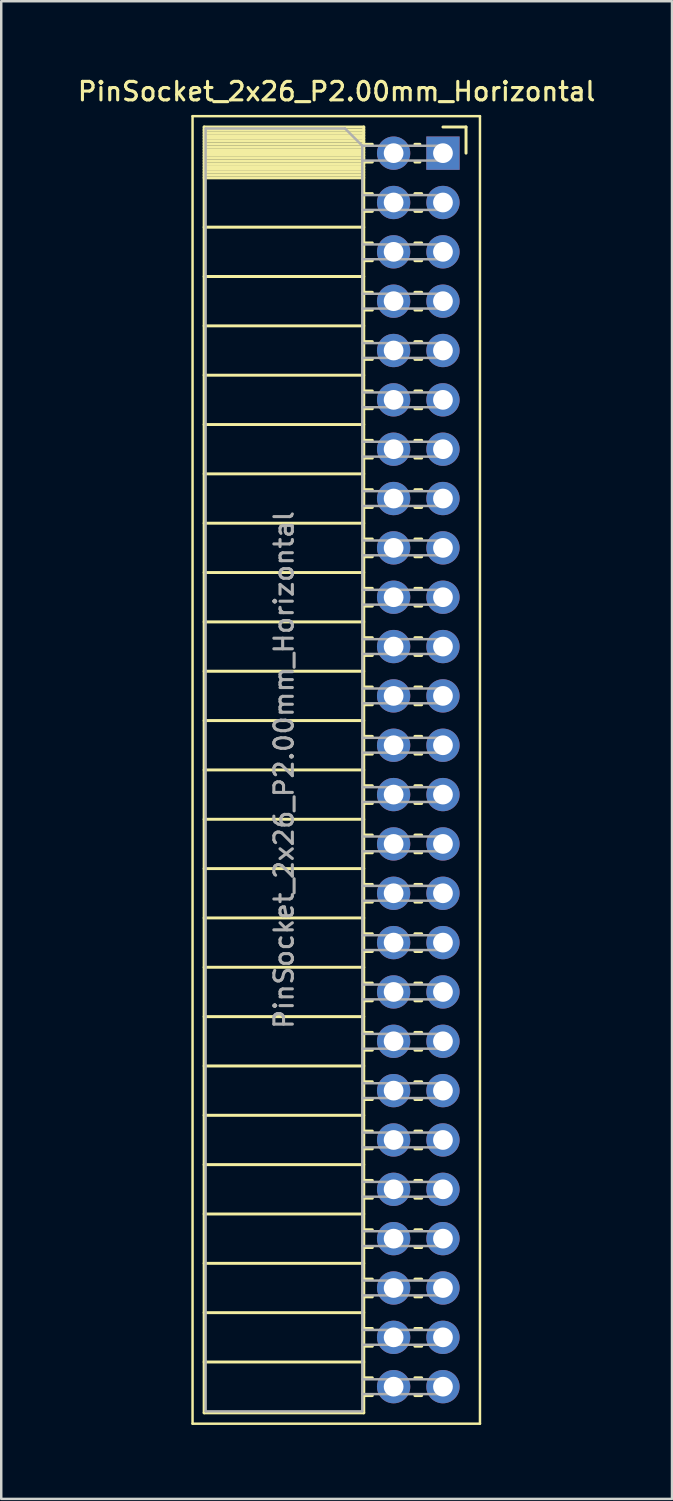
<source format=kicad_pcb>
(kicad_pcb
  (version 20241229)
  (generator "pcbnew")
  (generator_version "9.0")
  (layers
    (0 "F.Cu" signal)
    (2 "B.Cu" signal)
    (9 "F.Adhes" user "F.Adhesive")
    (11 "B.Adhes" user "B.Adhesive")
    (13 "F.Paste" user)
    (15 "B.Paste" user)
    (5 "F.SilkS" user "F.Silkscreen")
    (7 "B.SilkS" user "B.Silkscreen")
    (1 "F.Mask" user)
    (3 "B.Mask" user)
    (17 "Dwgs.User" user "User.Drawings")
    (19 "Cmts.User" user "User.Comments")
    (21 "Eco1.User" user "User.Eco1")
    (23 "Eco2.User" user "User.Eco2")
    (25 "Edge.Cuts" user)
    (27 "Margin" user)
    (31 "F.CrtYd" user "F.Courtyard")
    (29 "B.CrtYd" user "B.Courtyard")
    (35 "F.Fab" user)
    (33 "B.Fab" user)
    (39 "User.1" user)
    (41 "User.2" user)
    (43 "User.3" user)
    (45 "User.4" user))
  (footprint "PinSocket_2x26_P2.00mm_Horizontal"
    (layer "F.Cu")
    (at 14.905 3.158)
    (property "Reference" "PinSocket_2x26_P2.00mm_Horizontal" (at -4.31 -2.5 0) (layer "F.SilkS") (effects (font (size 0.75 0.75) (thickness 0.125))))
    (attr through_hole)
    (fp_line (start -10.15 -1.5) (end -10.15 51.5) (stroke (width 0.1) (type solid)) (layer "F.SilkS"))
    (fp_line (start -10.15 51.5) (end 1.5 51.5) (stroke (width 0.1) (type solid)) (layer "F.SilkS"))
    (fp_line (start -9.68 -1.06) (end -9.68 51.06) (stroke (width 0.12) (type solid)) (layer "F.SilkS"))
    (fp_line (start -9.68 -1.06) (end -3.21 -1.06) (stroke (width 0.12) (type solid)) (layer "F.SilkS"))
    (fp_line (start -9.68 -0.94) (end -3.21 -0.94) (stroke (width 0.12) (type solid)) (layer "F.SilkS"))
    (fp_line (start -9.68 -0.826) (end -3.21 -0.826) (stroke (width 0.12) (type solid)) (layer "F.SilkS"))
    (fp_line (start -9.68 -0.712) (end -3.21 -0.712) (stroke (width 0.12) (type solid)) (layer "F.SilkS"))
    (fp_line (start -9.68 -0.598) (end -3.21 -0.598) (stroke (width 0.12) (type solid)) (layer "F.SilkS"))
    (fp_line (start -9.68 -0.484) (end -3.21 -0.484) (stroke (width 0.12) (type solid)) (layer "F.SilkS"))
    (fp_line (start -9.68 -0.369) (end -3.21 -0.369) (stroke (width 0.12) (type solid)) (layer "F.SilkS"))
    (fp_line (start -9.68 -0.255) (end -3.21 -0.255) (stroke (width 0.12) (type solid)) (layer "F.SilkS"))
    (fp_line (start -9.68 -0.141) (end -3.21 -0.141) (stroke (width 0.12) (type solid)) (layer "F.SilkS"))
    (fp_line (start -9.68 -0.027) (end -3.21 -0.027) (stroke (width 0.12) (type solid)) (layer "F.SilkS"))
    (fp_line (start -9.68 0.087) (end -3.21 0.087) (stroke (width 0.12) (type solid)) (layer "F.SilkS"))
    (fp_line (start -9.68 0.201) (end -3.21 0.201) (stroke (width 0.12) (type solid)) (layer "F.SilkS"))
    (fp_line (start -9.68 0.315) (end -3.21 0.315) (stroke (width 0.12) (type solid)) (layer "F.SilkS"))
    (fp_line (start -9.68 0.429) (end -3.21 0.429) (stroke (width 0.12) (type solid)) (layer "F.SilkS"))
    (fp_line (start -9.68 0.544) (end -3.21 0.544) (stroke (width 0.12) (type solid)) (layer "F.SilkS"))
    (fp_line (start -9.68 0.658) (end -3.21 0.658) (stroke (width 0.12) (type solid)) (layer "F.SilkS"))
    (fp_line (start -9.68 0.772) (end -3.21 0.772) (stroke (width 0.12) (type solid)) (layer "F.SilkS"))
    (fp_line (start -9.68 0.886) (end -3.21 0.886) (stroke (width 0.12) (type solid)) (layer "F.SilkS"))
    (fp_line (start -9.68 1) (end -3.21 1) (stroke (width 0.12) (type solid)) (layer "F.SilkS"))
    (fp_line (start -9.68 3) (end -3.21 3) (stroke (width 0.12) (type solid)) (layer "F.SilkS"))
    (fp_line (start -9.68 5) (end -3.21 5) (stroke (width 0.12) (type solid)) (layer "F.SilkS"))
    (fp_line (start -9.68 7) (end -3.21 7) (stroke (width 0.12) (type solid)) (layer "F.SilkS"))
    (fp_line (start -9.68 9) (end -3.21 9) (stroke (width 0.12) (type solid)) (layer "F.SilkS"))
    (fp_line (start -9.68 11) (end -3.21 11) (stroke (width 0.12) (type solid)) (layer "F.SilkS"))
    (fp_line (start -9.68 13) (end -3.21 13) (stroke (width 0.12) (type solid)) (layer "F.SilkS"))
    (fp_line (start -9.68 15) (end -3.21 15) (stroke (width 0.12) (type solid)) (layer "F.SilkS"))
    (fp_line (start -9.68 17) (end -3.21 17) (stroke (width 0.12) (type solid)) (layer "F.SilkS"))
    (fp_line (start -9.68 19) (end -3.21 19) (stroke (width 0.12) (type solid)) (layer "F.SilkS"))
    (fp_line (start -9.68 21) (end -3.21 21) (stroke (width 0.12) (type solid)) (layer "F.SilkS"))
    (fp_line (start -9.68 23) (end -3.21 23) (stroke (width 0.12) (type solid)) (layer "F.SilkS"))
    (fp_line (start -9.68 25) (end -3.21 25) (stroke (width 0.12) (type solid)) (layer "F.SilkS"))
    (fp_line (start -9.68 27) (end -3.21 27) (stroke (width 0.12) (type solid)) (layer "F.SilkS"))
    (fp_line (start -9.68 29) (end -3.21 29) (stroke (width 0.12) (type solid)) (layer "F.SilkS"))
    (fp_line (start -9.68 31) (end -3.21 31) (stroke (width 0.12) (type solid)) (layer "F.SilkS"))
    (fp_line (start -9.68 33) (end -3.21 33) (stroke (width 0.12) (type solid)) (layer "F.SilkS"))
    (fp_line (start -9.68 35) (end -3.21 35) (stroke (width 0.12) (type solid)) (layer "F.SilkS"))
    (fp_line (start -9.68 37) (end -3.21 37) (stroke (width 0.12) (type solid)) (layer "F.SilkS"))
    (fp_line (start -9.68 39) (end -3.21 39) (stroke (width 0.12) (type solid)) (layer "F.SilkS"))
    (fp_line (start -9.68 41) (end -3.21 41) (stroke (width 0.12) (type solid)) (layer "F.SilkS"))
    (fp_line (start -9.68 43) (end -3.21 43) (stroke (width 0.12) (type solid)) (layer "F.SilkS"))
    (fp_line (start -9.68 45) (end -3.21 45) (stroke (width 0.12) (type solid)) (layer "F.SilkS"))
    (fp_line (start -9.68 47) (end -3.21 47) (stroke (width 0.12) (type solid)) (layer "F.SilkS"))
    (fp_line (start -9.68 49) (end -3.21 49) (stroke (width 0.12) (type solid)) (layer "F.SilkS"))
    (fp_line (start -9.68 51.06) (end -3.21 51.06) (stroke (width 0.12) (type solid)) (layer "F.SilkS"))
    (fp_line (start -3.21 -1.06) (end -3.21 51.06) (stroke (width 0.12) (type solid)) (layer "F.SilkS"))
    (fp_line (start -3.21 -0.36) (end -2.863 -0.36) (stroke (width 0.12) (type solid)) (layer "F.SilkS"))
    (fp_line (start -3.21 0.36) (end -2.863 0.36) (stroke (width 0.12) (type solid)) (layer "F.SilkS"))
    (fp_line (start -3.21 1.64) (end -2.863 1.64) (stroke (width 0.12) (type solid)) (layer "F.SilkS"))
    (fp_line (start -3.21 2.36) (end -2.863 2.36) (stroke (width 0.12) (type solid)) (layer "F.SilkS"))
    (fp_line (start -3.21 3.64) (end -2.863 3.64) (stroke (width 0.12) (type solid)) (layer "F.SilkS"))
    (fp_line (start -3.21 4.36) (end -2.863 4.36) (stroke (width 0.12) (type solid)) (layer "F.SilkS"))
    (fp_line (start -3.21 5.64) (end -2.863 5.64) (stroke (width 0.12) (type solid)) (layer "F.SilkS"))
    (fp_line (start -3.21 6.36) (end -2.863 6.36) (stroke (width 0.12) (type solid)) (layer "F.SilkS"))
    (fp_line (start -3.21 7.64) (end -2.863 7.64) (stroke (width 0.12) (type solid)) (layer "F.SilkS"))
    (fp_line (start -3.21 8.36) (end -2.863 8.36) (stroke (width 0.12) (type solid)) (layer "F.SilkS"))
    (fp_line (start -3.21 9.64) (end -2.863 9.64) (stroke (width 0.12) (type solid)) (layer "F.SilkS"))
    (fp_line (start -3.21 10.36) (end -2.863 10.36) (stroke (width 0.12) (type solid)) (layer "F.SilkS"))
    (fp_line (start -3.21 11.64) (end -2.863 11.64) (stroke (width 0.12) (type solid)) (layer "F.SilkS"))
    (fp_line (start -3.21 12.36) (end -2.863 12.36) (stroke (width 0.12) (type solid)) (layer "F.SilkS"))
    (fp_line (start -3.21 13.64) (end -2.863 13.64) (stroke (width 0.12) (type solid)) (layer "F.SilkS"))
    (fp_line (start -3.21 14.36) (end -2.863 14.36) (stroke (width 0.12) (type solid)) (layer "F.SilkS"))
    (fp_line (start -3.21 15.64) (end -2.863 15.64) (stroke (width 0.12) (type solid)) (layer "F.SilkS"))
    (fp_line (start -3.21 16.36) (end -2.863 16.36) (stroke (width 0.12) (type solid)) (layer "F.SilkS"))
    (fp_line (start -3.21 17.64) (end -2.863 17.64) (stroke (width 0.12) (type solid)) (layer "F.SilkS"))
    (fp_line (start -3.21 18.36) (end -2.863 18.36) (stroke (width 0.12) (type solid)) (layer "F.SilkS"))
    (fp_line (start -3.21 19.64) (end -2.863 19.64) (stroke (width 0.12) (type solid)) (layer "F.SilkS"))
    (fp_line (start -3.21 20.36) (end -2.863 20.36) (stroke (width 0.12) (type solid)) (layer "F.SilkS"))
    (fp_line (start -3.21 21.64) (end -2.863 21.64) (stroke (width 0.12) (type solid)) (layer "F.SilkS"))
    (fp_line (start -3.21 22.36) (end -2.863 22.36) (stroke (width 0.12) (type solid)) (layer "F.SilkS"))
    (fp_line (start -3.21 23.64) (end -2.863 23.64) (stroke (width 0.12) (type solid)) (layer "F.SilkS"))
    (fp_line (start -3.21 24.36) (end -2.863 24.36) (stroke (width 0.12) (type solid)) (layer "F.SilkS"))
    (fp_line (start -3.21 25.64) (end -2.863 25.64) (stroke (width 0.12) (type solid)) (layer "F.SilkS"))
    (fp_line (start -3.21 26.36) (end -2.863 26.36) (stroke (width 0.12) (type solid)) (layer "F.SilkS"))
    (fp_line (start -3.21 27.64) (end -2.863 27.64) (stroke (width 0.12) (type solid)) (layer "F.SilkS"))
    (fp_line (start -3.21 28.36) (end -2.863 28.36) (stroke (width 0.12) (type solid)) (layer "F.SilkS"))
    (fp_line (start -3.21 29.64) (end -2.863 29.64) (stroke (width 0.12) (type solid)) (layer "F.SilkS"))
    (fp_line (start -3.21 30.36) (end -2.863 30.36) (stroke (width 0.12) (type solid)) (layer "F.SilkS"))
    (fp_line (start -3.21 31.64) (end -2.863 31.64) (stroke (width 0.12) (type solid)) (layer "F.SilkS"))
    (fp_line (start -3.21 32.36) (end -2.863 32.36) (stroke (width 0.12) (type solid)) (layer "F.SilkS"))
    (fp_line (start -3.21 33.64) (end -2.863 33.64) (stroke (width 0.12) (type solid)) (layer "F.SilkS"))
    (fp_line (start -3.21 34.36) (end -2.863 34.36) (stroke (width 0.12) (type solid)) (layer "F.SilkS"))
    (fp_line (start -3.21 35.64) (end -2.863 35.64) (stroke (width 0.12) (type solid)) (layer "F.SilkS"))
    (fp_line (start -3.21 36.36) (end -2.863 36.36) (stroke (width 0.12) (type solid)) (layer "F.SilkS"))
    (fp_line (start -3.21 37.64) (end -2.863 37.64) (stroke (width 0.12) (type solid)) (layer "F.SilkS"))
    (fp_line (start -3.21 38.36) (end -2.863 38.36) (stroke (width 0.12) (type solid)) (layer "F.SilkS"))
    (fp_line (start -3.21 39.64) (end -2.863 39.64) (stroke (width 0.12) (type solid)) (layer "F.SilkS"))
    (fp_line (start -3.21 40.36) (end -2.863 40.36) (stroke (width 0.12) (type solid)) (layer "F.SilkS"))
    (fp_line (start -3.21 41.64) (end -2.863 41.64) (stroke (width 0.12) (type solid)) (layer "F.SilkS"))
    (fp_line (start -3.21 42.36) (end -2.863 42.36) (stroke (width 0.12) (type solid)) (layer "F.SilkS"))
    (fp_line (start -3.21 43.64) (end -2.863 43.64) (stroke (width 0.12) (type solid)) (layer "F.SilkS"))
    (fp_line (start -3.21 44.36) (end -2.863 44.36) (stroke (width 0.12) (type solid)) (layer "F.SilkS"))
    (fp_line (start -3.21 45.64) (end -2.863 45.64) (stroke (width 0.12) (type solid)) (layer "F.SilkS"))
    (fp_line (start -3.21 46.36) (end -2.863 46.36) (stroke (width 0.12) (type solid)) (layer "F.SilkS"))
    (fp_line (start -3.21 47.64) (end -2.863 47.64) (stroke (width 0.12) (type solid)) (layer "F.SilkS"))
    (fp_line (start -3.21 48.36) (end -2.863 48.36) (stroke (width 0.12) (type solid)) (layer "F.SilkS"))
    (fp_line (start -3.21 49.64) (end -2.863 49.64) (stroke (width 0.12) (type solid)) (layer "F.SilkS"))
    (fp_line (start -3.21 50.36) (end -2.863 50.36) (stroke (width 0.12) (type solid)) (layer "F.SilkS"))
    (fp_line (start -1.137 -0.36) (end -0.935 -0.36) (stroke (width 0.12) (type solid)) (layer "F.SilkS"))
    (fp_line (start -1.137 0.36) (end -0.935 0.36) (stroke (width 0.12) (type solid)) (layer "F.SilkS"))
    (fp_line (start -1.137 1.64) (end -0.863 1.64) (stroke (width 0.12) (type solid)) (layer "F.SilkS"))
    (fp_line (start -1.137 2.36) (end -0.863 2.36) (stroke (width 0.12) (type solid)) (layer "F.SilkS"))
    (fp_line (start -1.137 3.64) (end -0.863 3.64) (stroke (width 0.12) (type solid)) (layer "F.SilkS"))
    (fp_line (start -1.137 4.36) (end -0.863 4.36) (stroke (width 0.12) (type solid)) (layer "F.SilkS"))
    (fp_line (start -1.137 5.64) (end -0.863 5.64) (stroke (width 0.12) (type solid)) (layer "F.SilkS"))
    (fp_line (start -1.137 6.36) (end -0.863 6.36) (stroke (width 0.12) (type solid)) (layer "F.SilkS"))
    (fp_line (start -1.137 7.64) (end -0.863 7.64) (stroke (width 0.12) (type solid)) (layer "F.SilkS"))
    (fp_line (start -1.137 8.36) (end -0.863 8.36) (stroke (width 0.12) (type solid)) (layer "F.SilkS"))
    (fp_line (start -1.137 9.64) (end -0.863 9.64) (stroke (width 0.12) (type solid)) (layer "F.SilkS"))
    (fp_line (start -1.137 10.36) (end -0.863 10.36) (stroke (width 0.12) (type solid)) (layer "F.SilkS"))
    (fp_line (start -1.137 11.64) (end -0.863 11.64) (stroke (width 0.12) (type solid)) (layer "F.SilkS"))
    (fp_line (start -1.137 12.36) (end -0.863 12.36) (stroke (width 0.12) (type solid)) (layer "F.SilkS"))
    (fp_line (start -1.137 13.64) (end -0.863 13.64) (stroke (width 0.12) (type solid)) (layer "F.SilkS"))
    (fp_line (start -1.137 14.36) (end -0.863 14.36) (stroke (width 0.12) (type solid)) (layer "F.SilkS"))
    (fp_line (start -1.137 15.64) (end -0.863 15.64) (stroke (width 0.12) (type solid)) (layer "F.SilkS"))
    (fp_line (start -1.137 16.36) (end -0.863 16.36) (stroke (width 0.12) (type solid)) (layer "F.SilkS"))
    (fp_line (start -1.137 17.64) (end -0.863 17.64) (stroke (width 0.12) (type solid)) (layer "F.SilkS"))
    (fp_line (start -1.137 18.36) (end -0.863 18.36) (stroke (width 0.12) (type solid)) (layer "F.SilkS"))
    (fp_line (start -1.137 19.64) (end -0.863 19.64) (stroke (width 0.12) (type solid)) (layer "F.SilkS"))
    (fp_line (start -1.137 20.36) (end -0.863 20.36) (stroke (width 0.12) (type solid)) (layer "F.SilkS"))
    (fp_line (start -1.137 21.64) (end -0.863 21.64) (stroke (width 0.12) (type solid)) (layer "F.SilkS"))
    (fp_line (start -1.137 22.36) (end -0.863 22.36) (stroke (width 0.12) (type solid)) (layer "F.SilkS"))
    (fp_line (start -1.137 23.64) (end -0.863 23.64) (stroke (width 0.12) (type solid)) (layer "F.SilkS"))
    (fp_line (start -1.137 24.36) (end -0.863 24.36) (stroke (width 0.12) (type solid)) (layer "F.SilkS"))
    (fp_line (start -1.137 25.64) (end -0.863 25.64) (stroke (width 0.12) (type solid)) (layer "F.SilkS"))
    (fp_line (start -1.137 26.36) (end -0.863 26.36) (stroke (width 0.12) (type solid)) (layer "F.SilkS"))
    (fp_line (start -1.137 27.64) (end -0.863 27.64) (stroke (width 0.12) (type solid)) (layer "F.SilkS"))
    (fp_line (start -1.137 28.36) (end -0.863 28.36) (stroke (width 0.12) (type solid)) (layer "F.SilkS"))
    (fp_line (start -1.137 29.64) (end -0.863 29.64) (stroke (width 0.12) (type solid)) (layer "F.SilkS"))
    (fp_line (start -1.137 30.36) (end -0.863 30.36) (stroke (width 0.12) (type solid)) (layer "F.SilkS"))
    (fp_line (start -1.137 31.64) (end -0.863 31.64) (stroke (width 0.12) (type solid)) (layer "F.SilkS"))
    (fp_line (start -1.137 32.36) (end -0.863 32.36) (stroke (width 0.12) (type solid)) (layer "F.SilkS"))
    (fp_line (start -1.137 33.64) (end -0.863 33.64) (stroke (width 0.12) (type solid)) (layer "F.SilkS"))
    (fp_line (start -1.137 34.36) (end -0.863 34.36) (stroke (width 0.12) (type solid)) (layer "F.SilkS"))
    (fp_line (start -1.137 35.64) (end -0.863 35.64) (stroke (width 0.12) (type solid)) (layer "F.SilkS"))
    (fp_line (start -1.137 36.36) (end -0.863 36.36) (stroke (width 0.12) (type solid)) (layer "F.SilkS"))
    (fp_line (start -1.137 37.64) (end -0.863 37.64) (stroke (width 0.12) (type solid)) (layer "F.SilkS"))
    (fp_line (start -1.137 38.36) (end -0.863 38.36) (stroke (width 0.12) (type solid)) (layer "F.SilkS"))
    (fp_line (start -1.137 39.64) (end -0.863 39.64) (stroke (width 0.12) (type solid)) (layer "F.SilkS"))
    (fp_line (start -1.137 40.36) (end -0.863 40.36) (stroke (width 0.12) (type solid)) (layer "F.SilkS"))
    (fp_line (start -1.137 41.64) (end -0.863 41.64) (stroke (width 0.12) (type solid)) (layer "F.SilkS"))
    (fp_line (start -1.137 42.36) (end -0.863 42.36) (stroke (width 0.12) (type solid)) (layer "F.SilkS"))
    (fp_line (start -1.137 43.64) (end -0.863 43.64) (stroke (width 0.12) (type solid)) (layer "F.SilkS"))
    (fp_line (start -1.137 44.36) (end -0.863 44.36) (stroke (width 0.12) (type solid)) (layer "F.SilkS"))
    (fp_line (start -1.137 45.64) (end -0.863 45.64) (stroke (width 0.12) (type solid)) (layer "F.SilkS"))
    (fp_line (start -1.137 46.36) (end -0.863 46.36) (stroke (width 0.12) (type solid)) (layer "F.SilkS"))
    (fp_line (start -1.137 47.64) (end -0.863 47.64) (stroke (width 0.12) (type solid)) (layer "F.SilkS"))
    (fp_line (start -1.137 48.36) (end -0.863 48.36) (stroke (width 0.12) (type solid)) (layer "F.SilkS"))
    (fp_line (start -1.137 49.64) (end -0.863 49.64) (stroke (width 0.12) (type solid)) (layer "F.SilkS"))
    (fp_line (start -1.137 50.36) (end -0.863 50.36) (stroke (width 0.12) (type solid)) (layer "F.SilkS"))
    (fp_line (start 0 -1.06) (end 0.935 -1.06) (stroke (width 0.12) (type solid)) (layer "F.SilkS"))
    (fp_line (start 0.935 -1.06) (end 0.935 0) (stroke (width 0.12) (type solid)) (layer "F.SilkS"))
    (fp_line (start 1.5 -1.5) (end -10.15 -1.5) (stroke (width 0.1) (type solid)) (layer "F.SilkS"))
    (fp_line (start 1.5 51.5) (end 1.5 -1.5) (stroke (width 0.1) (type solid)) (layer "F.SilkS"))
    (fp_line (start -9.62 -1) (end -3.97 -1) (stroke (width 0.1) (type solid)) (layer "F.Fab"))
    (fp_line (start -9.62 51) (end -9.62 -1) (stroke (width 0.1) (type solid)) (layer "F.Fab"))
    (fp_line (start -3.97 -1) (end -3.27 -0.3) (stroke (width 0.1) (type solid)) (layer "F.Fab"))
    (fp_line (start -3.27 -0.3) (end -3.27 51) (stroke (width 0.1) (type solid)) (layer "F.Fab"))
    (fp_line (start -3.27 0.3) (end 0 0.3) (stroke (width 0.1) (type solid)) (layer "F.Fab"))
    (fp_line (start -3.27 2.3) (end 0 2.3) (stroke (width 0.1) (type solid)) (layer "F.Fab"))
    (fp_line (start -3.27 4.3) (end 0 4.3) (stroke (width 0.1) (type solid)) (layer "F.Fab"))
    (fp_line (start -3.27 6.3) (end 0 6.3) (stroke (width 0.1) (type solid)) (layer "F.Fab"))
    (fp_line (start -3.27 8.3) (end 0 8.3) (stroke (width 0.1) (type solid)) (layer "F.Fab"))
    (fp_line (start -3.27 10.3) (end 0 10.3) (stroke (width 0.1) (type solid)) (layer "F.Fab"))
    (fp_line (start -3.27 12.3) (end 0 12.3) (stroke (width 0.1) (type solid)) (layer "F.Fab"))
    (fp_line (start -3.27 14.3) (end 0 14.3) (stroke (width 0.1) (type solid)) (layer "F.Fab"))
    (fp_line (start -3.27 16.3) (end 0 16.3) (stroke (width 0.1) (type solid)) (layer "F.Fab"))
    (fp_line (start -3.27 18.3) (end 0 18.3) (stroke (width 0.1) (type solid)) (layer "F.Fab"))
    (fp_line (start -3.27 20.3) (end 0 20.3) (stroke (width 0.1) (type solid)) (layer "F.Fab"))
    (fp_line (start -3.27 22.3) (end 0 22.3) (stroke (width 0.1) (type solid)) (layer "F.Fab"))
    (fp_line (start -3.27 24.3) (end 0 24.3) (stroke (width 0.1) (type solid)) (layer "F.Fab"))
    (fp_line (start -3.27 26.3) (end 0 26.3) (stroke (width 0.1) (type solid)) (layer "F.Fab"))
    (fp_line (start -3.27 28.3) (end 0 28.3) (stroke (width 0.1) (type solid)) (layer "F.Fab"))
    (fp_line (start -3.27 30.3) (end 0 30.3) (stroke (width 0.1) (type solid)) (layer "F.Fab"))
    (fp_line (start -3.27 32.3) (end 0 32.3) (stroke (width 0.1) (type solid)) (layer "F.Fab"))
    (fp_line (start -3.27 34.3) (end 0 34.3) (stroke (width 0.1) (type solid)) (layer "F.Fab"))
    (fp_line (start -3.27 36.3) (end 0 36.3) (stroke (width 0.1) (type solid)) (layer "F.Fab"))
    (fp_line (start -3.27 38.3) (end 0 38.3) (stroke (width 0.1) (type solid)) (layer "F.Fab"))
    (fp_line (start -3.27 40.3) (end 0 40.3) (stroke (width 0.1) (type solid)) (layer "F.Fab"))
    (fp_line (start -3.27 42.3) (end 0 42.3) (stroke (width 0.1) (type solid)) (layer "F.Fab"))
    (fp_line (start -3.27 44.3) (end 0 44.3) (stroke (width 0.1) (type solid)) (layer "F.Fab"))
    (fp_line (start -3.27 46.3) (end 0 46.3) (stroke (width 0.1) (type solid)) (layer "F.Fab"))
    (fp_line (start -3.27 48.3) (end 0 48.3) (stroke (width 0.1) (type solid)) (layer "F.Fab"))
    (fp_line (start -3.27 50.3) (end 0 50.3) (stroke (width 0.1) (type solid)) (layer "F.Fab"))
    (fp_line (start -3.27 51) (end -9.62 51) (stroke (width 0.1) (type solid)) (layer "F.Fab"))
    (fp_line (start 0 -0.3) (end -3.27 -0.3) (stroke (width 0.1) (type solid)) (layer "F.Fab"))
    (fp_line (start 0 0.3) (end 0 -0.3) (stroke (width 0.1) (type solid)) (layer "F.Fab"))
    (fp_line (start 0 1.7) (end -3.27 1.7) (stroke (width 0.1) (type solid)) (layer "F.Fab"))
    (fp_line (start 0 2.3) (end 0 1.7) (stroke (width 0.1) (type solid)) (layer "F.Fab"))
    (fp_line (start 0 3.7) (end -3.27 3.7) (stroke (width 0.1) (type solid)) (layer "F.Fab"))
    (fp_line (start 0 4.3) (end 0 3.7) (stroke (width 0.1) (type solid)) (layer "F.Fab"))
    (fp_line (start 0 5.7) (end -3.27 5.7) (stroke (width 0.1) (type solid)) (layer "F.Fab"))
    (fp_line (start 0 6.3) (end 0 5.7) (stroke (width 0.1) (type solid)) (layer "F.Fab"))
    (fp_line (start 0 7.7) (end -3.27 7.7) (stroke (width 0.1) (type solid)) (layer "F.Fab"))
    (fp_line (start 0 8.3) (end 0 7.7) (stroke (width 0.1) (type solid)) (layer "F.Fab"))
    (fp_line (start 0 9.7) (end -3.27 9.7) (stroke (width 0.1) (type solid)) (layer "F.Fab"))
    (fp_line (start 0 10.3) (end 0 9.7) (stroke (width 0.1) (type solid)) (layer "F.Fab"))
    (fp_line (start 0 11.7) (end -3.27 11.7) (stroke (width 0.1) (type solid)) (layer "F.Fab"))
    (fp_line (start 0 12.3) (end 0 11.7) (stroke (width 0.1) (type solid)) (layer "F.Fab"))
    (fp_line (start 0 13.7) (end -3.27 13.7) (stroke (width 0.1) (type solid)) (layer "F.Fab"))
    (fp_line (start 0 14.3) (end 0 13.7) (stroke (width 0.1) (type solid)) (layer "F.Fab"))
    (fp_line (start 0 15.7) (end -3.27 15.7) (stroke (width 0.1) (type solid)) (layer "F.Fab"))
    (fp_line (start 0 16.3) (end 0 15.7) (stroke (width 0.1) (type solid)) (layer "F.Fab"))
    (fp_line (start 0 17.7) (end -3.27 17.7) (stroke (width 0.1) (type solid)) (layer "F.Fab"))
    (fp_line (start 0 18.3) (end 0 17.7) (stroke (width 0.1) (type solid)) (layer "F.Fab"))
    (fp_line (start 0 19.7) (end -3.27 19.7) (stroke (width 0.1) (type solid)) (layer "F.Fab"))
    (fp_line (start 0 20.3) (end 0 19.7) (stroke (width 0.1) (type solid)) (layer "F.Fab"))
    (fp_line (start 0 21.7) (end -3.27 21.7) (stroke (width 0.1) (type solid)) (layer "F.Fab"))
    (fp_line (start 0 22.3) (end 0 21.7) (stroke (width 0.1) (type solid)) (layer "F.Fab"))
    (fp_line (start 0 23.7) (end -3.27 23.7) (stroke (width 0.1) (type solid)) (layer "F.Fab"))
    (fp_line (start 0 24.3) (end 0 23.7) (stroke (width 0.1) (type solid)) (layer "F.Fab"))
    (fp_line (start 0 25.7) (end -3.27 25.7) (stroke (width 0.1) (type solid)) (layer "F.Fab"))
    (fp_line (start 0 26.3) (end 0 25.7) (stroke (width 0.1) (type solid)) (layer "F.Fab"))
    (fp_line (start 0 27.7) (end -3.27 27.7) (stroke (width 0.1) (type solid)) (layer "F.Fab"))
    (fp_line (start 0 28.3) (end 0 27.7) (stroke (width 0.1) (type solid)) (layer "F.Fab"))
    (fp_line (start 0 29.7) (end -3.27 29.7) (stroke (width 0.1) (type solid)) (layer "F.Fab"))
    (fp_line (start 0 30.3) (end 0 29.7) (stroke (width 0.1) (type solid)) (layer "F.Fab"))
    (fp_line (start 0 31.7) (end -3.27 31.7) (stroke (width 0.1) (type solid)) (layer "F.Fab"))
    (fp_line (start 0 32.3) (end 0 31.7) (stroke (width 0.1) (type solid)) (layer "F.Fab"))
    (fp_line (start 0 33.7) (end -3.27 33.7) (stroke (width 0.1) (type solid)) (layer "F.Fab"))
    (fp_line (start 0 34.3) (end 0 33.7) (stroke (width 0.1) (type solid)) (layer "F.Fab"))
    (fp_line (start 0 35.7) (end -3.27 35.7) (stroke (width 0.1) (type solid)) (layer "F.Fab"))
    (fp_line (start 0 36.3) (end 0 35.7) (stroke (width 0.1) (type solid)) (layer "F.Fab"))
    (fp_line (start 0 37.7) (end -3.27 37.7) (stroke (width 0.1) (type solid)) (layer "F.Fab"))
    (fp_line (start 0 38.3) (end 0 37.7) (stroke (width 0.1) (type solid)) (layer "F.Fab"))
    (fp_line (start 0 39.7) (end -3.27 39.7) (stroke (width 0.1) (type solid)) (layer "F.Fab"))
    (fp_line (start 0 40.3) (end 0 39.7) (stroke (width 0.1) (type solid)) (layer "F.Fab"))
    (fp_line (start 0 41.7) (end -3.27 41.7) (stroke (width 0.1) (type solid)) (layer "F.Fab"))
    (fp_line (start 0 42.3) (end 0 41.7) (stroke (width 0.1) (type solid)) (layer "F.Fab"))
    (fp_line (start 0 43.7) (end -3.27 43.7) (stroke (width 0.1) (type solid)) (layer "F.Fab"))
    (fp_line (start 0 44.3) (end 0 43.7) (stroke (width 0.1) (type solid)) (layer "F.Fab"))
    (fp_line (start 0 45.7) (end -3.27 45.7) (stroke (width 0.1) (type solid)) (layer "F.Fab"))
    (fp_line (start 0 46.3) (end 0 45.7) (stroke (width 0.1) (type solid)) (layer "F.Fab"))
    (fp_line (start 0 47.7) (end -3.27 47.7) (stroke (width 0.1) (type solid)) (layer "F.Fab"))
    (fp_line (start 0 48.3) (end 0 47.7) (stroke (width 0.1) (type solid)) (layer "F.Fab"))
    (fp_line (start 0 49.7) (end -3.27 49.7) (stroke (width 0.1) (type solid)) (layer "F.Fab"))
    (fp_line (start 0 50.3) (end 0 49.7) (stroke (width 0.1) (type solid)) (layer "F.Fab"))
    (fp_text user "${REFERENCE}" (at -6.445 25 90) (layer "F.Fab") (effects (font (size 0.75 0.75) (thickness 0.125))))
    (pad "1" thru_hole rect (at 0 0) (size 1.35 1.35) (drill 0.8) (layers "*.Cu" "*.Mask"))
    (pad "2" thru_hole oval (at -2 0) (size 1.35 1.35) (drill 0.8) (layers "*.Cu" "*.Mask"))
    (pad "3" thru_hole oval (at 0 2) (size 1.35 1.35) (drill 0.8) (layers "*.Cu" "*.Mask"))
    (pad "4" thru_hole oval (at -2 2) (size 1.35 1.35) (drill 0.8) (layers "*.Cu" "*.Mask"))
    (pad "5" thru_hole oval (at 0 4) (size 1.35 1.35) (drill 0.8) (layers "*.Cu" "*.Mask"))
    (pad "6" thru_hole oval (at -2 4) (size 1.35 1.35) (drill 0.8) (layers "*.Cu" "*.Mask"))
    (pad "7" thru_hole oval (at 0 6) (size 1.35 1.35) (drill 0.8) (layers "*.Cu" "*.Mask"))
    (pad "8" thru_hole oval (at -2 6) (size 1.35 1.35) (drill 0.8) (layers "*.Cu" "*.Mask"))
    (pad "9" thru_hole oval (at 0 8) (size 1.35 1.35) (drill 0.8) (layers "*.Cu" "*.Mask"))
    (pad "10" thru_hole oval (at -2 8) (size 1.35 1.35) (drill 0.8) (layers "*.Cu" "*.Mask"))
    (pad "11" thru_hole oval (at 0 10) (size 1.35 1.35) (drill 0.8) (layers "*.Cu" "*.Mask"))
    (pad "12" thru_hole oval (at -2 10) (size 1.35 1.35) (drill 0.8) (layers "*.Cu" "*.Mask"))
    (pad "13" thru_hole oval (at 0 12) (size 1.35 1.35) (drill 0.8) (layers "*.Cu" "*.Mask"))
    (pad "14" thru_hole oval (at -2 12) (size 1.35 1.35) (drill 0.8) (layers "*.Cu" "*.Mask"))
    (pad "15" thru_hole oval (at 0 14) (size 1.35 1.35) (drill 0.8) (layers "*.Cu" "*.Mask"))
    (pad "16" thru_hole oval (at -2 14) (size 1.35 1.35) (drill 0.8) (layers "*.Cu" "*.Mask"))
    (pad "17" thru_hole oval (at 0 16) (size 1.35 1.35) (drill 0.8) (layers "*.Cu" "*.Mask"))
    (pad "18" thru_hole oval (at -2 16) (size 1.35 1.35) (drill 0.8) (layers "*.Cu" "*.Mask"))
    (pad "19" thru_hole oval (at 0 18) (size 1.35 1.35) (drill 0.8) (layers "*.Cu" "*.Mask"))
    (pad "20" thru_hole oval (at -2 18) (size 1.35 1.35) (drill 0.8) (layers "*.Cu" "*.Mask"))
    (pad "21" thru_hole oval (at 0 20) (size 1.35 1.35) (drill 0.8) (layers "*.Cu" "*.Mask"))
    (pad "22" thru_hole oval (at -2 20) (size 1.35 1.35) (drill 0.8) (layers "*.Cu" "*.Mask"))
    (pad "23" thru_hole oval (at 0 22) (size 1.35 1.35) (drill 0.8) (layers "*.Cu" "*.Mask"))
    (pad "24" thru_hole oval (at -2 22) (size 1.35 1.35) (drill 0.8) (layers "*.Cu" "*.Mask"))
    (pad "25" thru_hole oval (at 0 24) (size 1.35 1.35) (drill 0.8) (layers "*.Cu" "*.Mask"))
    (pad "26" thru_hole oval (at -2 24) (size 1.35 1.35) (drill 0.8) (layers "*.Cu" "*.Mask"))
    (pad "27" thru_hole oval (at 0 26) (size 1.35 1.35) (drill 0.8) (layers "*.Cu" "*.Mask"))
    (pad "28" thru_hole oval (at -2 26) (size 1.35 1.35) (drill 0.8) (layers "*.Cu" "*.Mask"))
    (pad "29" thru_hole oval (at 0 28) (size 1.35 1.35) (drill 0.8) (layers "*.Cu" "*.Mask"))
    (pad "30" thru_hole oval (at -2 28) (size 1.35 1.35) (drill 0.8) (layers "*.Cu" "*.Mask"))
    (pad "31" thru_hole oval (at 0 30) (size 1.35 1.35) (drill 0.8) (layers "*.Cu" "*.Mask"))
    (pad "32" thru_hole oval (at -2 30) (size 1.35 1.35) (drill 0.8) (layers "*.Cu" "*.Mask"))
    (pad "33" thru_hole oval (at 0 32) (size 1.35 1.35) (drill 0.8) (layers "*.Cu" "*.Mask"))
    (pad "34" thru_hole oval (at -2 32) (size 1.35 1.35) (drill 0.8) (layers "*.Cu" "*.Mask"))
    (pad "35" thru_hole oval (at 0 34) (size 1.35 1.35) (drill 0.8) (layers "*.Cu" "*.Mask"))
    (pad "36" thru_hole oval (at -2 34) (size 1.35 1.35) (drill 0.8) (layers "*.Cu" "*.Mask"))
    (pad "37" thru_hole oval (at 0 36) (size 1.35 1.35) (drill 0.8) (layers "*.Cu" "*.Mask"))
    (pad "38" thru_hole oval (at -2 36) (size 1.35 1.35) (drill 0.8) (layers "*.Cu" "*.Mask"))
    (pad "39" thru_hole oval (at 0 38) (size 1.35 1.35) (drill 0.8) (layers "*.Cu" "*.Mask"))
    (pad "40" thru_hole oval (at -2 38) (size 1.35 1.35) (drill 0.8) (layers "*.Cu" "*.Mask"))
    (pad "41" thru_hole oval (at 0 40) (size 1.35 1.35) (drill 0.8) (layers "*.Cu" "*.Mask"))
    (pad "42" thru_hole oval (at -2 40) (size 1.35 1.35) (drill 0.8) (layers "*.Cu" "*.Mask"))
    (pad "43" thru_hole oval (at 0 42) (size 1.35 1.35) (drill 0.8) (layers "*.Cu" "*.Mask"))
    (pad "44" thru_hole oval (at -2 42) (size 1.35 1.35) (drill 0.8) (layers "*.Cu" "*.Mask"))
    (pad "45" thru_hole oval (at 0 44) (size 1.35 1.35) (drill 0.8) (layers "*.Cu" "*.Mask"))
    (pad "46" thru_hole oval (at -2 44) (size 1.35 1.35) (drill 0.8) (layers "*.Cu" "*.Mask"))
    (pad "47" thru_hole oval (at 0 46) (size 1.35 1.35) (drill 0.8) (layers "*.Cu" "*.Mask"))
    (pad "48" thru_hole oval (at -2 46) (size 1.35 1.35) (drill 0.8) (layers "*.Cu" "*.Mask"))
    (pad "49" thru_hole oval (at 0 48) (size 1.35 1.35) (drill 0.8) (layers "*.Cu" "*.Mask"))
    (pad "50" thru_hole oval (at -2 48) (size 1.35 1.35) (drill 0.8) (layers "*.Cu" "*.Mask"))
    (pad "51" thru_hole oval (at 0 50) (size 1.35 1.35) (drill 0.8) (layers "*.Cu" "*.Mask"))
    (pad "52" thru_hole oval (at -2 50) (size 1.35 1.35) (drill 0.8) (layers "*.Cu" "*.Mask")))
  (gr_rect
    (start -3 -3)
    (end 24.189 57.708)
    (stroke (width 0.1) (type default))
    (fill no)
    (layer "Edge.Cuts")))
</source>
